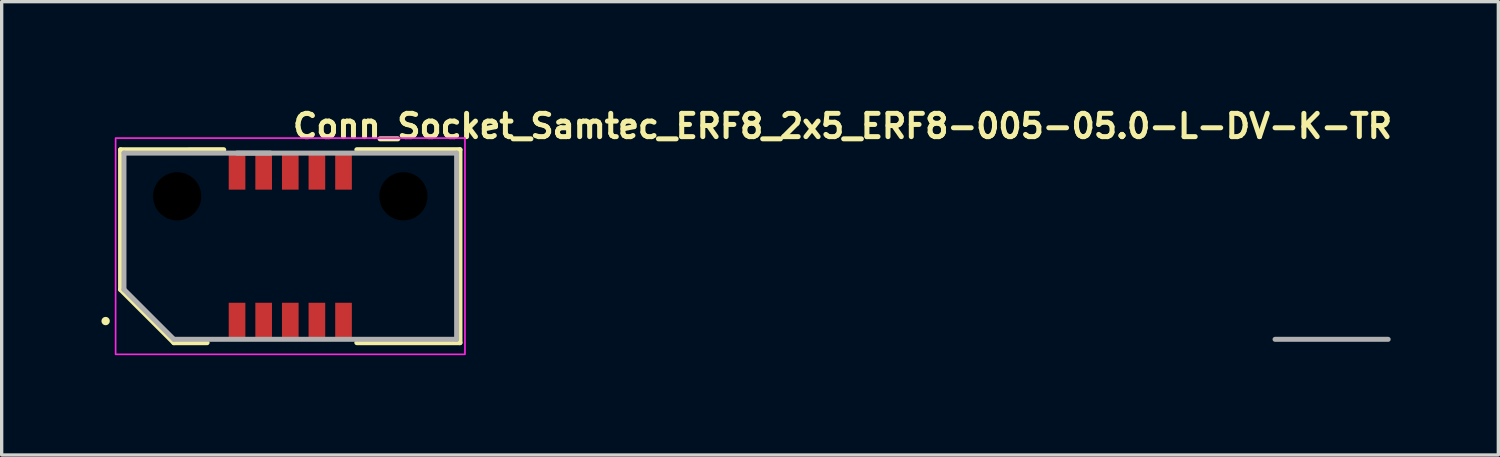
<source format=kicad_pcb>
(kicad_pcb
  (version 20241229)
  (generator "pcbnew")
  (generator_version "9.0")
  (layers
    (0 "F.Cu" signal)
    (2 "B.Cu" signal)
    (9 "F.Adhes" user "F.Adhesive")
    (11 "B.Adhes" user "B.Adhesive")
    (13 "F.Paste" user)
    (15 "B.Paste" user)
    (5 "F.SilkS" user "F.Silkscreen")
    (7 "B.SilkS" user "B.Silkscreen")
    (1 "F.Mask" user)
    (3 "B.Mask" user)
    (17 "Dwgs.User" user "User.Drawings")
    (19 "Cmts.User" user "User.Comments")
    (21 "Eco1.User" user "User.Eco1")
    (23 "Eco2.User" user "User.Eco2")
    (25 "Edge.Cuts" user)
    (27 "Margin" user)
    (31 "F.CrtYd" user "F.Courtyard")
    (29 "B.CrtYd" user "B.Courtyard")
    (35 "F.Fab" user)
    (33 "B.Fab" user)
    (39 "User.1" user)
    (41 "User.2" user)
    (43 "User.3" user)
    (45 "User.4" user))
  (footprint "Conn_Socket_Samtec_ERF8_2x5_ERF8-005-05.0-L-DV-K-TR"
    (layer "F.Cu")
    (at 5.675 4.35)
    (property "Reference" "Conn_Socket_Samtec_ERF8_2x5_ERF8-005-05.0-L-DV-K-TR" (at 0 -3.2 180) (layer "F.SilkS") (effects (font (size 0.7 0.7) (thickness 0.15)) (justify left bottom)))
    (attr smd)
    (fp_line (start -5.101 -2.899) (end -5.101 1.301) (stroke (width 0.15) (type solid)) (layer "F.SilkS"))
    (fp_line (start -5.101 1.301) (end -3.499 2.9) (stroke (width 0.15) (type solid)) (layer "F.SilkS"))
    (fp_line (start -3.499 2.9) (end -2.5 2.9) (stroke (width 0.15) (type solid)) (layer "F.SilkS"))
    (fp_line (start -2 -2.9) (end -5.101 -2.899) (stroke (width 0.15) (type solid)) (layer "F.SilkS"))
    (fp_line (start 2 -2.9) (end 5.1 -2.9) (stroke (width 0.15) (type solid)) (layer "F.SilkS"))
    (fp_line (start 5.1 -2.9) (end 5.1 2.9) (stroke (width 0.15) (type solid)) (layer "F.SilkS"))
    (fp_line (start 5.1 2.9) (end 2 2.9) (stroke (width 0.15) (type solid)) (layer "F.SilkS"))
    (fp_circle (center -5.55 2.25) (end -5.5 2.25) (stroke (width 0.15) (type solid)) (fill yes) (layer "F.SilkS"))
    (fp_rect (start -5.25 -3.25) (end 5.25 3.25) (stroke (width 0.05) (type solid)) (fill no) (layer "F.CrtYd"))
    (fp_line (start -4.999 -2.799) (end -4.999 1.301) (stroke (width 0.15) (type solid)) (layer "F.Fab"))
    (fp_line (start -4.999 1.301) (end -3.499 2.799) (stroke (width 0.15) (type solid)) (layer "F.Fab"))
    (fp_line (start -3.499 2.799) (end 5 2.799) (stroke (width 0.15) (type solid)) (layer "F.Fab"))
    (fp_line (start -0.599 -2.799) (end -4.999 -2.799) (stroke (width 0.15) (type solid)) (layer "F.Fab"))
    (fp_line (start 5 -2.799) (end -1.599 -2.799) (stroke (width 0.15) (type solid)) (layer "F.Fab"))
    (fp_line (start 5 2.799) (end 5 -2.799) (stroke (width 0.15) (type solid)) (layer "F.Fab"))
    (fp_line (start 29.599 2.799) (end 32.999 2.799) (stroke (width 0.15) (type solid)) (layer "F.Fab"))
    (fp_rect (start -5 -3) (end 5 3) (stroke (width 0.1) (type solid)) (fill no) (layer "User.5"))
    (fp_line (start -5 -2.8) (end -5 -2.7) (stroke (width 0.02) (type solid)) (layer "User.9"))
    (fp_line (start -5 -2.7) (end -5 1.25) (stroke (width 0.02) (type solid)) (layer "User.9"))
    (fp_line (start -5 1.25) (end -3.55 2.7) (stroke (width 0.02) (type solid)) (layer "User.9"))
    (fp_line (start -4.449 -1.969) (end -4.16 -1.68) (stroke (width 0.02) (type solid)) (layer "User.9"))
    (fp_line (start -4.449 -1.969) (end -2.264 -1.969) (stroke (width 0.02) (type solid)) (layer "User.9"))
    (fp_line (start -4.449 0.8) (end -4.449 -1.969) (stroke (width 0.02) (type solid)) (layer "User.9"))
    (fp_line (start -4.449 0.8) (end -4.16 0.68) (stroke (width 0.02) (type solid)) (layer "User.9"))
    (fp_line (start -4.16 -1.68) (end -4.16 0.68) (stroke (width 0.02) (type solid)) (layer "User.9"))
    (fp_line (start -4.16 0.68) (end -3.16 1.68) (stroke (width 0.02) (type solid)) (layer "User.9"))
    (fp_line (start -3.55 2.7) (end -3.45 2.8) (stroke (width 0.02) (type solid)) (layer "User.9"))
    (fp_line (start -3.55 2.7) (end -3 2.7) (stroke (width 0.02) (type solid)) (layer "User.9"))
    (fp_line (start -3.45 2.8) (end -1.077 2.8) (stroke (width 0.02) (type solid)) (layer "User.9"))
    (fp_line (start -3.28 1.969) (end -4.449 0.8) (stroke (width 0.02) (type solid)) (layer "User.9"))
    (fp_line (start -3.28 1.969) (end -3.16 1.68) (stroke (width 0.02) (type solid)) (layer "User.9"))
    (fp_line (start -3.16 1.68) (end -2.485 1.68) (stroke (width 0.02) (type solid)) (layer "User.9"))
    (fp_line (start -3 2.6) (end -3 2.7) (stroke (width 0.02) (type solid)) (layer "User.9"))
    (fp_line (start -3 2.7) (end -2.4 2.7) (stroke (width 0.02) (type solid)) (layer "User.9"))
    (fp_line (start -2.999 -0.077) (end -2.991 -0.232) (stroke (width 0.02) (type solid)) (layer "User.9"))
    (fp_line (start -2.999 0.077) (end -2.999 -0.077) (stroke (width 0.02) (type solid)) (layer "User.9"))
    (fp_line (start -2.991 -0.232) (end -2.975 -0.385) (stroke (width 0.02) (type solid)) (layer "User.9"))
    (fp_line (start -2.991 0.232) (end -2.999 0.077) (stroke (width 0.02) (type solid)) (layer "User.9"))
    (fp_line (start -2.975 -0.385) (end -2.951 -0.538) (stroke (width 0.02) (type solid)) (layer "User.9"))
    (fp_line (start -2.975 0.385) (end -2.991 0.232) (stroke (width 0.02) (type solid)) (layer "User.9"))
    (fp_line (start -2.951 -0.538) (end -2.92 -0.689) (stroke (width 0.02) (type solid)) (layer "User.9"))
    (fp_line (start -2.951 0.538) (end -2.975 0.385) (stroke (width 0.02) (type solid)) (layer "User.9"))
    (fp_line (start -2.92 -0.689) (end -2.88 -0.838) (stroke (width 0.02) (type solid)) (layer "User.9"))
    (fp_line (start -2.92 0.689) (end -2.951 0.538) (stroke (width 0.02) (type solid)) (layer "User.9"))
    (fp_line (start -2.88 -0.838) (end -2.833 -0.986) (stroke (width 0.02) (type solid)) (layer "User.9"))
    (fp_line (start -2.88 0.838) (end -2.92 0.689) (stroke (width 0.02) (type solid)) (layer "User.9"))
    (fp_line (start -2.833 -0.986) (end -2.779 -1.13) (stroke (width 0.02) (type solid)) (layer "User.9"))
    (fp_line (start -2.833 0.986) (end -2.88 0.838) (stroke (width 0.02) (type solid)) (layer "User.9"))
    (fp_line (start -2.779 -1.13) (end -2.717 -1.272) (stroke (width 0.02) (type solid)) (layer "User.9"))
    (fp_line (start -2.779 1.13) (end -2.833 0.986) (stroke (width 0.02) (type solid)) (layer "User.9"))
    (fp_line (start -2.717 -1.272) (end -2.648 -1.41) (stroke (width 0.02) (type solid)) (layer "User.9"))
    (fp_line (start -2.717 1.272) (end -2.779 1.13) (stroke (width 0.02) (type solid)) (layer "User.9"))
    (fp_line (start -2.648 -1.41) (end -2.572 -1.544) (stroke (width 0.02) (type solid)) (layer "User.9"))
    (fp_line (start -2.648 1.41) (end -2.717 1.272) (stroke (width 0.02) (type solid)) (layer "User.9"))
    (fp_line (start -2.572 -1.544) (end -2.489 -1.675) (stroke (width 0.02) (type solid)) (layer "User.9"))
    (fp_line (start -2.572 1.544) (end -2.648 1.41) (stroke (width 0.02) (type solid)) (layer "User.9"))
    (fp_line (start -2.489 -1.675) (end -2.4 -1.801) (stroke (width 0.02) (type solid)) (layer "User.9"))
    (fp_line (start -2.489 1.675) (end -2.572 1.544) (stroke (width 0.02) (type solid)) (layer "User.9"))
    (fp_line (start -2.485 -1.68) (end -4.16 -1.68) (stroke (width 0.02) (type solid)) (layer "User.9"))
    (fp_line (start -2.4 -1.801) (end -2.304 -1.922) (stroke (width 0.02) (type solid)) (layer "User.9"))
    (fp_line (start -2.4 1.801) (end -2.489 1.675) (stroke (width 0.02) (type solid)) (layer "User.9"))
    (fp_line (start -2.4 2.6) (end -2.4 2.7) (stroke (width 0.02) (type solid)) (layer "User.9"))
    (fp_line (start -2.4 2.7) (end -1.8 2.7) (stroke (width 0.02) (type solid)) (layer "User.9"))
    (fp_line (start -2.304 -1.922) (end -2.202 -2.038) (stroke (width 0.02) (type solid)) (layer "User.9"))
    (fp_line (start -2.304 1.922) (end -2.4 1.801) (stroke (width 0.02) (type solid)) (layer "User.9"))
    (fp_line (start -2.264 1.969) (end -3.28 1.969) (stroke (width 0.02) (type solid)) (layer "User.9"))
    (fp_line (start -2.202 -2.038) (end -2.094 -2.148) (stroke (width 0.02) (type solid)) (layer "User.9"))
    (fp_line (start -2.202 2.038) (end -2.304 1.922) (stroke (width 0.02) (type solid)) (layer "User.9"))
    (fp_line (start -2.094 -2.148) (end -1.98 -2.253) (stroke (width 0.02) (type solid)) (layer "User.9"))
    (fp_line (start -2.094 2.148) (end -2.202 2.038) (stroke (width 0.02) (type solid)) (layer "User.9"))
    (fp_line (start -1.98 -2.253) (end -1.862 -2.352) (stroke (width 0.02) (type solid)) (layer "User.9"))
    (fp_line (start -1.98 2.253) (end -2.094 2.148) (stroke (width 0.02) (type solid)) (layer "User.9"))
    (fp_line (start -1.862 -2.352) (end -1.738 -2.445) (stroke (width 0.02) (type solid)) (layer "User.9"))
    (fp_line (start -1.862 2.352) (end -1.98 2.253) (stroke (width 0.02) (type solid)) (layer "User.9"))
    (fp_line (start -1.83 -2.43) (end -1.83 -2.377) (stroke (width 0.02) (type solid)) (layer "User.9"))
    (fp_line (start -1.83 2.377) (end -1.83 2.43) (stroke (width 0.02) (type solid)) (layer "User.9"))
    (fp_line (start -1.83 2.43) (end -1.759 2.43) (stroke (width 0.02) (type solid)) (layer "User.9"))
    (fp_line (start -1.8 2.6) (end -3 2.6) (stroke (width 0.02) (type solid)) (layer "User.9"))
    (fp_line (start -1.8 2.6) (end -1.8 2.7) (stroke (width 0.02) (type solid)) (layer "User.9"))
    (fp_line (start -1.8 2.7) (end -1.308 2.7) (stroke (width 0.02) (type solid)) (layer "User.9"))
    (fp_line (start -1.759 -2.43) (end -1.83 -2.43) (stroke (width 0.02) (type solid)) (layer "User.9"))
    (fp_line (start -1.738 -2.445) (end -1.61 -2.531) (stroke (width 0.02) (type solid)) (layer "User.9"))
    (fp_line (start -1.738 2.445) (end -1.862 2.352) (stroke (width 0.02) (type solid)) (layer "User.9"))
    (fp_line (start -1.61 -2.531) (end -1.478 -2.611) (stroke (width 0.02) (type solid)) (layer "User.9"))
    (fp_line (start -1.61 2.531) (end -1.738 2.445) (stroke (width 0.02) (type solid)) (layer "User.9"))
    (fp_line (start -1.478 -2.611) (end -1.341 -2.683) (stroke (width 0.02) (type solid)) (layer "User.9"))
    (fp_line (start -1.478 2.611) (end -1.61 2.531) (stroke (width 0.02) (type solid)) (layer "User.9"))
    (fp_line (start -1.341 -2.683) (end -1.201 -2.749) (stroke (width 0.02) (type solid)) (layer "User.9"))
    (fp_line (start -1.341 2.683) (end -1.478 2.611) (stroke (width 0.02) (type solid)) (layer "User.9"))
    (fp_line (start -1.308 -2.7) (end -5 -2.7) (stroke (width 0.02) (type solid)) (layer "User.9"))
    (fp_line (start -1.201 -2.749) (end -1.058 -2.807) (stroke (width 0.02) (type solid)) (layer "User.9"))
    (fp_line (start -1.201 2.749) (end -1.341 2.683) (stroke (width 0.02) (type solid)) (layer "User.9"))
    (fp_line (start -1.077 -2.8) (end -5 -2.8) (stroke (width 0.02) (type solid)) (layer "User.9"))
    (fp_line (start -1.058 -2.807) (end -0.912 -2.858) (stroke (width 0.02) (type solid)) (layer "User.9"))
    (fp_line (start -1.058 2.807) (end -1.201 2.749) (stroke (width 0.02) (type solid)) (layer "User.9"))
    (fp_line (start -0.912 -2.858) (end -0.764 -2.901) (stroke (width 0.02) (type solid)) (layer "User.9"))
    (fp_line (start -0.912 2.858) (end -1.058 2.807) (stroke (width 0.02) (type solid)) (layer "User.9"))
    (fp_line (start -0.764 -2.901) (end -0.614 -2.937) (stroke (width 0.02) (type solid)) (layer "User.9"))
    (fp_line (start -0.764 2.901) (end -0.912 2.858) (stroke (width 0.02) (type solid)) (layer "User.9"))
    (fp_line (start -0.614 -2.937) (end -0.462 -2.964) (stroke (width 0.02) (type solid)) (layer "User.9"))
    (fp_line (start -0.614 2.937) (end -0.764 2.901) (stroke (width 0.02) (type solid)) (layer "User.9"))
    (fp_line (start -0.462 -2.964) (end -0.308 -2.984) (stroke (width 0.02) (type solid)) (layer "User.9"))
    (fp_line (start -0.462 2.964) (end -0.614 2.937) (stroke (width 0.02) (type solid)) (layer "User.9"))
    (fp_line (start -0.308 -2.984) (end -0.154 -2.996) (stroke (width 0.02) (type solid)) (layer "User.9"))
    (fp_line (start -0.308 2.984) (end -0.462 2.964) (stroke (width 0.02) (type solid)) (layer "User.9"))
    (fp_line (start -0.154 -2.996) (end 0 -3) (stroke (width 0.02) (type solid)) (layer "User.9"))
    (fp_line (start -0.154 2.996) (end -0.308 2.984) (stroke (width 0.02) (type solid)) (layer "User.9"))
    (fp_line (start 0 -3) (end 0.154 -2.996) (stroke (width 0.02) (type solid)) (layer "User.9"))
    (fp_line (start 0 3) (end -0.154 2.996) (stroke (width 0.02) (type solid)) (layer "User.9"))
    (fp_line (start 0.154 -2.996) (end 0.308 -2.984) (stroke (width 0.02) (type solid)) (layer "User.9"))
    (fp_line (start 0.154 2.996) (end 0 3) (stroke (width 0.02) (type solid)) (layer "User.9"))
    (fp_line (start 0.308 -2.984) (end 0.462 -2.964) (stroke (width 0.02) (type solid)) (layer "User.9"))
    (fp_line (start 0.308 2.984) (end 0.154 2.996) (stroke (width 0.02) (type solid)) (layer "User.9"))
    (fp_line (start 0.462 -2.964) (end 0.614 -2.937) (stroke (width 0.02) (type solid)) (layer "User.9"))
    (fp_line (start 0.462 2.964) (end 0.308 2.984) (stroke (width 0.02) (type solid)) (layer "User.9"))
    (fp_line (start 0.614 -2.937) (end 0.764 -2.901) (stroke (width 0.02) (type solid)) (layer "User.9"))
    (fp_line (start 0.614 2.937) (end 0.462 2.964) (stroke (width 0.02) (type solid)) (layer "User.9"))
    (fp_line (start 0.764 -2.901) (end 0.912 -2.858) (stroke (width 0.02) (type solid)) (layer "User.9"))
    (fp_line (start 0.764 2.901) (end 0.614 2.937) (stroke (width 0.02) (type solid)) (layer "User.9"))
    (fp_line (start 0.912 -2.858) (end 1.058 -2.807) (stroke (width 0.02) (type solid)) (layer "User.9"))
    (fp_line (start 0.912 2.858) (end 0.764 2.901) (stroke (width 0.02) (type solid)) (layer "User.9"))
    (fp_line (start 1.058 -2.807) (end 1.201 -2.749) (stroke (width 0.02) (type solid)) (layer "User.9"))
    (fp_line (start 1.058 2.807) (end 0.912 2.858) (stroke (width 0.02) (type solid)) (layer "User.9"))
    (fp_line (start 1.077 2.8) (end 5 2.8) (stroke (width 0.02) (type solid)) (layer "User.9"))
    (fp_line (start 1.201 -2.749) (end 1.341 -2.683) (stroke (width 0.02) (type solid)) (layer "User.9"))
    (fp_line (start 1.201 2.749) (end 1.058 2.807) (stroke (width 0.02) (type solid)) (layer "User.9"))
    (fp_line (start 1.308 2.7) (end 5 2.7) (stroke (width 0.02) (type solid)) (layer "User.9"))
    (fp_line (start 1.341 -2.683) (end 1.478 -2.611) (stroke (width 0.02) (type solid)) (layer "User.9"))
    (fp_line (start 1.341 2.683) (end 1.201 2.749) (stroke (width 0.02) (type solid)) (layer "User.9"))
    (fp_line (start 1.478 -2.611) (end 1.61 -2.531) (stroke (width 0.02) (type solid)) (layer "User.9"))
    (fp_line (start 1.478 2.611) (end 1.341 2.683) (stroke (width 0.02) (type solid)) (layer "User.9"))
    (fp_line (start 1.61 -2.531) (end 1.738 -2.445) (stroke (width 0.02) (type solid)) (layer "User.9"))
    (fp_line (start 1.61 2.531) (end 1.478 2.611) (stroke (width 0.02) (type solid)) (layer "User.9"))
    (fp_line (start 1.738 -2.445) (end 1.862 -2.352) (stroke (width 0.02) (type solid)) (layer "User.9"))
    (fp_line (start 1.738 2.445) (end 1.61 2.531) (stroke (width 0.02) (type solid)) (layer "User.9"))
    (fp_line (start 1.759 2.43) (end 1.83 2.43) (stroke (width 0.02) (type solid)) (layer "User.9"))
    (fp_line (start 1.83 -2.43) (end 1.759 -2.43) (stroke (width 0.02) (type solid)) (layer "User.9"))
    (fp_line (start 1.83 -2.377) (end 1.83 -2.43) (stroke (width 0.02) (type solid)) (layer "User.9"))
    (fp_line (start 1.83 2.43) (end 1.83 2.377) (stroke (width 0.02) (type solid)) (layer "User.9"))
    (fp_line (start 1.862 -2.352) (end 1.98 -2.253) (stroke (width 0.02) (type solid)) (layer "User.9"))
    (fp_line (start 1.862 2.352) (end 1.738 2.445) (stroke (width 0.02) (type solid)) (layer "User.9"))
    (fp_line (start 1.98 -2.253) (end 2.094 -2.148) (stroke (width 0.02) (type solid)) (layer "User.9"))
    (fp_line (start 1.98 2.253) (end 1.862 2.352) (stroke (width 0.02) (type solid)) (layer "User.9"))
    (fp_line (start 2.094 -2.148) (end 2.202 -2.038) (stroke (width 0.02) (type solid)) (layer "User.9"))
    (fp_line (start 2.094 2.148) (end 1.98 2.253) (stroke (width 0.02) (type solid)) (layer "User.9"))
    (fp_line (start 2.202 -2.038) (end 2.304 -1.922) (stroke (width 0.02) (type solid)) (layer "User.9"))
    (fp_line (start 2.202 2.038) (end 2.094 2.148) (stroke (width 0.02) (type solid)) (layer "User.9"))
    (fp_line (start 2.264 -1.969) (end 4.449 -1.969) (stroke (width 0.02) (type solid)) (layer "User.9"))
    (fp_line (start 2.304 -1.922) (end 2.4 -1.801) (stroke (width 0.02) (type solid)) (layer "User.9"))
    (fp_line (start 2.304 1.922) (end 2.202 2.038) (stroke (width 0.02) (type solid)) (layer "User.9"))
    (fp_line (start 2.4 -1.801) (end 2.489 -1.675) (stroke (width 0.02) (type solid)) (layer "User.9"))
    (fp_line (start 2.4 1.801) (end 2.304 1.922) (stroke (width 0.02) (type solid)) (layer "User.9"))
    (fp_line (start 2.485 1.68) (end 3.16 1.68) (stroke (width 0.02) (type solid)) (layer "User.9"))
    (fp_line (start 2.489 -1.675) (end 2.572 -1.544) (stroke (width 0.02) (type solid)) (layer "User.9"))
    (fp_line (start 2.489 1.675) (end 2.4 1.801) (stroke (width 0.02) (type solid)) (layer "User.9"))
    (fp_line (start 2.572 -1.544) (end 2.648 -1.41) (stroke (width 0.02) (type solid)) (layer "User.9"))
    (fp_line (start 2.572 1.544) (end 2.489 1.675) (stroke (width 0.02) (type solid)) (layer "User.9"))
    (fp_line (start 2.648 -1.41) (end 2.717 -1.272) (stroke (width 0.02) (type solid)) (layer "User.9"))
    (fp_line (start 2.648 1.41) (end 2.572 1.544) (stroke (width 0.02) (type solid)) (layer "User.9"))
    (fp_line (start 2.717 -1.272) (end 2.779 -1.13) (stroke (width 0.02) (type solid)) (layer "User.9"))
    (fp_line (start 2.717 1.272) (end 2.648 1.41) (stroke (width 0.02) (type solid)) (layer "User.9"))
    (fp_line (start 2.779 -1.13) (end 2.833 -0.986) (stroke (width 0.02) (type solid)) (layer "User.9"))
    (fp_line (start 2.779 1.13) (end 2.717 1.272) (stroke (width 0.02) (type solid)) (layer "User.9"))
    (fp_line (start 2.833 -0.986) (end 2.88 -0.838) (stroke (width 0.02) (type solid)) (layer "User.9"))
    (fp_line (start 2.833 0.986) (end 2.779 1.13) (stroke (width 0.02) (type solid)) (layer "User.9"))
    (fp_line (start 2.88 -0.838) (end 2.92 -0.689) (stroke (width 0.02) (type solid)) (layer "User.9"))
    (fp_line (start 2.88 0.838) (end 2.833 0.986) (stroke (width 0.02) (type solid)) (layer "User.9"))
    (fp_line (start 2.92 -0.689) (end 2.951 -0.538) (stroke (width 0.02) (type solid)) (layer "User.9"))
    (fp_line (start 2.92 0.689) (end 2.88 0.838) (stroke (width 0.02) (type solid)) (layer "User.9"))
    (fp_line (start 2.951 -0.538) (end 2.975 -0.385) (stroke (width 0.02) (type solid)) (layer "User.9"))
    (fp_line (start 2.951 0.538) (end 2.92 0.689) (stroke (width 0.02) (type solid)) (layer "User.9"))
    (fp_line (start 2.975 -0.385) (end 2.991 -0.232) (stroke (width 0.02) (type solid)) (layer "User.9"))
    (fp_line (start 2.975 0.385) (end 2.951 0.538) (stroke (width 0.02) (type solid)) (layer "User.9"))
    (fp_line (start 2.991 -0.232) (end 2.999 -0.077) (stroke (width 0.02) (type solid)) (layer "User.9"))
    (fp_line (start 2.991 0.232) (end 2.975 0.385) (stroke (width 0.02) (type solid)) (layer "User.9"))
    (fp_line (start 2.999 -0.077) (end 2.999 0.077) (stroke (width 0.02) (type solid)) (layer "User.9"))
    (fp_line (start 2.999 0.077) (end 2.991 0.232) (stroke (width 0.02) (type solid)) (layer "User.9"))
    (fp_line (start 3.16 1.68) (end 4.16 0.68) (stroke (width 0.02) (type solid)) (layer "User.9"))
    (fp_line (start 3.28 1.969) (end 2.264 1.969) (stroke (width 0.02) (type solid)) (layer "User.9"))
    (fp_line (start 3.28 1.969) (end 3.16 1.68) (stroke (width 0.02) (type solid)) (layer "User.9"))
    (fp_line (start 4.16 -1.68) (end 2.485 -1.68) (stroke (width 0.02) (type solid)) (layer "User.9"))
    (fp_line (start 4.16 0.68) (end 4.16 -1.68) (stroke (width 0.02) (type solid)) (layer "User.9"))
    (fp_line (start 4.449 -1.969) (end 4.16 -1.68) (stroke (width 0.02) (type solid)) (layer "User.9"))
    (fp_line (start 4.449 -1.969) (end 4.449 0.8) (stroke (width 0.02) (type solid)) (layer "User.9"))
    (fp_line (start 4.449 0.8) (end 3.28 1.969) (stroke (width 0.02) (type solid)) (layer "User.9"))
    (fp_line (start 4.449 0.8) (end 4.16 0.68) (stroke (width 0.02) (type solid)) (layer "User.9"))
    (fp_line (start 5 -2.8) (end 1.077 -2.8) (stroke (width 0.02) (type solid)) (layer "User.9"))
    (fp_line (start 5 -2.7) (end 1.308 -2.7) (stroke (width 0.02) (type solid)) (layer "User.9"))
    (fp_line (start 5 -2.7) (end 5 -2.8) (stroke (width 0.02) (type solid)) (layer "User.9"))
    (fp_line (start 5 2.7) (end 5 -2.7) (stroke (width 0.02) (type solid)) (layer "User.9"))
    (fp_line (start 5 2.8) (end 5 2.7) (stroke (width 0.02) (type solid)) (layer "User.9"))
    (pad "" np_thru_hole circle (at -3.4 -1.5 180) (size 1.45 1.45) (drill 1.45) (layers "*.Mask"))
    (pad "" np_thru_hole circle (at 3.4 -1.5 180) (size 1.45 1.45) (drill 1.45) (layers "*.Mask"))
    (pad "1" smd rect (at -1.6 2.25 180) (size 0.5 1.1) (layers "F.Cu" "F.Mask" "F.Paste"))
    (pad "2" smd rect (at -1.6 -2.25 180) (size 0.5 1.1) (layers "F.Cu" "F.Mask" "F.Paste"))
    (pad "3" smd rect (at -0.8 2.25 180) (size 0.5 1.1) (layers "F.Cu" "F.Mask" "F.Paste"))
    (pad "4" smd rect (at -0.8 -2.25 180) (size 0.5 1.1) (layers "F.Cu" "F.Mask" "F.Paste"))
    (pad "5" smd rect (at 0 2.25 180) (size 0.5 1.1) (layers "F.Cu" "F.Mask" "F.Paste"))
    (pad "6" smd rect (at 0 -2.25 180) (size 0.5 1.1) (layers "F.Cu" "F.Mask" "F.Paste"))
    (pad "7" smd rect (at 0.8 2.25 180) (size 0.5 1.1) (layers "F.Cu" "F.Mask" "F.Paste"))
    (pad "8" smd rect (at 0.8 -2.25 180) (size 0.5 1.1) (layers "F.Cu" "F.Mask" "F.Paste"))
    (pad "9" smd rect (at 1.6 2.25 180) (size 0.5 1.1) (layers "F.Cu" "F.Mask" "F.Paste"))
    (pad "10" smd rect (at 1.6 -2.25 180) (size 0.5 1.1) (layers "F.Cu" "F.Mask" "F.Paste")))
  (gr_rect
    (start -3 -3)
    (end 41.985 10.625)
    (stroke (width 0.1) (type default))
    (fill no)
    (layer "Edge.Cuts")))
</source>
